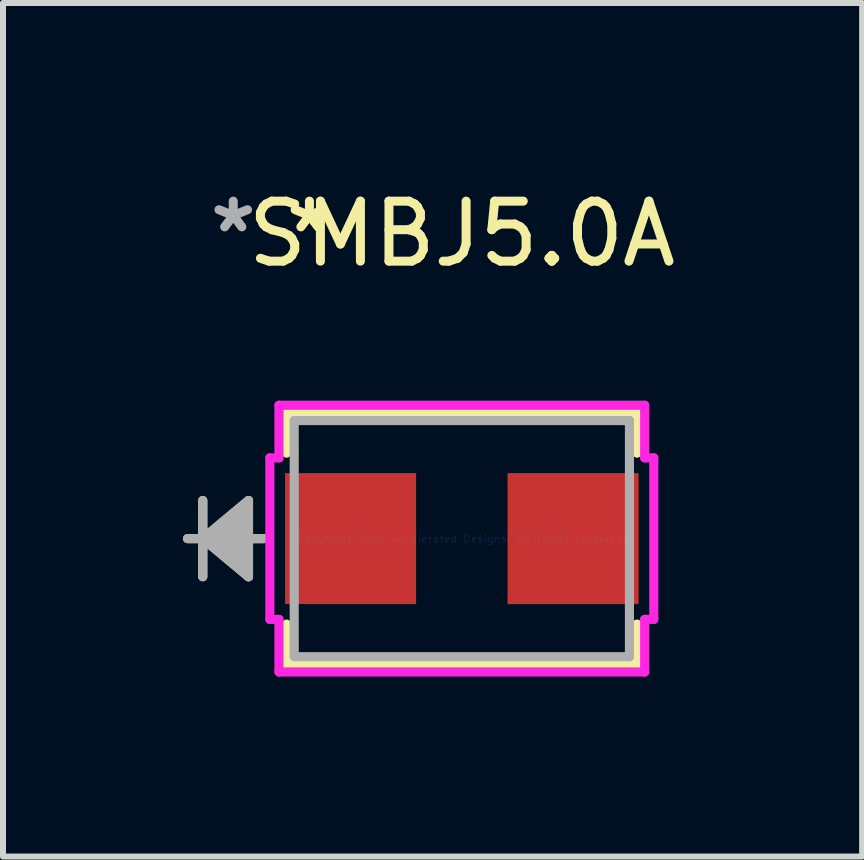
<source format=kicad_pcb>
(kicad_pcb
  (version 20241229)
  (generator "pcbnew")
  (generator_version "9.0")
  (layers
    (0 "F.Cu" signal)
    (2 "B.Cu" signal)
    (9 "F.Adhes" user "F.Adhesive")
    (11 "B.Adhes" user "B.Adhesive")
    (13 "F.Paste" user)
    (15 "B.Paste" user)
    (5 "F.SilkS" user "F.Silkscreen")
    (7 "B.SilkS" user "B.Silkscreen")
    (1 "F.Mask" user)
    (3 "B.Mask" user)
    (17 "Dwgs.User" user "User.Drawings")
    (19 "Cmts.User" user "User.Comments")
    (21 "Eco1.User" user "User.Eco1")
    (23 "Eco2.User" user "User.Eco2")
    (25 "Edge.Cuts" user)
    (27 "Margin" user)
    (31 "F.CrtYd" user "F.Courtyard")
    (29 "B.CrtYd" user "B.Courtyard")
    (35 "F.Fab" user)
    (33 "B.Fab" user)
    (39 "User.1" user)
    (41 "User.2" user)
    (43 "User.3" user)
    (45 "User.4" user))
  (footprint "SMBJ5.0A"
    (layer "F.Cu")
    (at 4.648 5.928)
    (property "Reference" "SMBJ5.0A" (at 0 -5.08 0) (layer "F.SilkS") (effects (font (size 1 1) (thickness 0.15))))
    (attr through_hole)
    (fp_line (start -4.318 -0.635) (end -4.318 0.635) (stroke (width 0.152) (type solid)) (layer "F.SilkS"))
    (fp_line (start -4.318 0) (end -3.556 -0.635) (stroke (width 0.152) (type solid)) (layer "F.SilkS"))
    (fp_line (start -4.318 0) (end -3.556 -0.508) (stroke (width 0.152) (type solid)) (layer "F.SilkS"))
    (fp_line (start -4.318 0) (end -3.556 -0.381) (stroke (width 0.152) (type solid)) (layer "F.SilkS"))
    (fp_line (start -4.318 0) (end -3.556 -0.254) (stroke (width 0.152) (type solid)) (layer "F.SilkS"))
    (fp_line (start -4.318 0) (end -3.556 -0.127) (stroke (width 0.152) (type solid)) (layer "F.SilkS"))
    (fp_line (start -4.318 0) (end -3.556 0.127) (stroke (width 0.152) (type solid)) (layer "F.SilkS"))
    (fp_line (start -4.318 0) (end -3.556 0.254) (stroke (width 0.152) (type solid)) (layer "F.SilkS"))
    (fp_line (start -4.318 0) (end -3.556 0.381) (stroke (width 0.152) (type solid)) (layer "F.SilkS"))
    (fp_line (start -4.318 0) (end -3.556 0.508) (stroke (width 0.152) (type solid)) (layer "F.SilkS"))
    (fp_line (start -4.318 0) (end -3.556 0.635) (stroke (width 0.152) (type solid)) (layer "F.SilkS"))
    (fp_line (start -3.556 -0.635) (end -3.556 0.635) (stroke (width 0.152) (type solid)) (layer "F.SilkS"))
    (fp_line (start -3.302 0) (end -4.572 0) (stroke (width 0.152) (type solid)) (layer "F.SilkS"))
    (fp_line (start -2.921 -2.095) (end -2.921 -1.425) (stroke (width 0.152) (type solid)) (layer "F.SilkS"))
    (fp_line (start -2.921 1.425) (end -2.921 2.095) (stroke (width 0.152) (type solid)) (layer "F.SilkS"))
    (fp_line (start -2.921 2.095) (end 2.921 2.095) (stroke (width 0.152) (type solid)) (layer "F.SilkS"))
    (fp_line (start 2.921 -2.095) (end -2.921 -2.095) (stroke (width 0.152) (type solid)) (layer "F.SilkS"))
    (fp_line (start 2.921 -1.425) (end 2.921 -2.095) (stroke (width 0.152) (type solid)) (layer "F.SilkS"))
    (fp_line (start 2.921 2.095) (end 2.921 1.425) (stroke (width 0.152) (type solid)) (layer "F.SilkS"))
    (fp_line (start -3.2 -1.346) (end -3.048 -1.346) (stroke (width 0.152) (type solid)) (layer "F.CrtYd"))
    (fp_line (start -3.2 1.346) (end -3.2 -1.346) (stroke (width 0.152) (type solid)) (layer "F.CrtYd"))
    (fp_line (start -3.048 -2.223) (end 3.048 -2.223) (stroke (width 0.152) (type solid)) (layer "F.CrtYd"))
    (fp_line (start -3.048 -1.346) (end -3.048 -2.223) (stroke (width 0.152) (type solid)) (layer "F.CrtYd"))
    (fp_line (start -3.048 1.346) (end -3.2 1.346) (stroke (width 0.152) (type solid)) (layer "F.CrtYd"))
    (fp_line (start -3.048 2.223) (end -3.048 1.346) (stroke (width 0.152) (type solid)) (layer "F.CrtYd"))
    (fp_line (start 3.048 -2.223) (end 3.048 -1.346) (stroke (width 0.152) (type solid)) (layer "F.CrtYd"))
    (fp_line (start 3.048 -1.346) (end 3.2 -1.346) (stroke (width 0.152) (type solid)) (layer "F.CrtYd"))
    (fp_line (start 3.048 1.346) (end 3.048 2.223) (stroke (width 0.152) (type solid)) (layer "F.CrtYd"))
    (fp_line (start 3.048 2.223) (end -3.048 2.223) (stroke (width 0.152) (type solid)) (layer "F.CrtYd"))
    (fp_line (start 3.2 -1.346) (end 3.2 1.346) (stroke (width 0.152) (type solid)) (layer "F.CrtYd"))
    (fp_line (start 3.2 1.346) (end 3.048 1.346) (stroke (width 0.152) (type solid)) (layer "F.CrtYd"))
    (fp_line (start -4.318 -0.635) (end -4.318 0.635) (stroke (width 0.152) (type solid)) (layer "F.Fab"))
    (fp_line (start -4.318 0) (end -3.556 -0.635) (stroke (width 0.152) (type solid)) (layer "F.Fab"))
    (fp_line (start -4.318 0) (end -3.556 -0.508) (stroke (width 0.152) (type solid)) (layer "F.Fab"))
    (fp_line (start -4.318 0) (end -3.556 -0.381) (stroke (width 0.152) (type solid)) (layer "F.Fab"))
    (fp_line (start -4.318 0) (end -3.556 -0.254) (stroke (width 0.152) (type solid)) (layer "F.Fab"))
    (fp_line (start -4.318 0) (end -3.556 -0.127) (stroke (width 0.152) (type solid)) (layer "F.Fab"))
    (fp_line (start -4.318 0) (end -3.556 0.127) (stroke (width 0.152) (type solid)) (layer "F.Fab"))
    (fp_line (start -4.318 0) (end -3.556 0.254) (stroke (width 0.152) (type solid)) (layer "F.Fab"))
    (fp_line (start -4.318 0) (end -3.556 0.381) (stroke (width 0.152) (type solid)) (layer "F.Fab"))
    (fp_line (start -4.318 0) (end -3.556 0.508) (stroke (width 0.152) (type solid)) (layer "F.Fab"))
    (fp_line (start -4.318 0) (end -3.556 0.635) (stroke (width 0.152) (type solid)) (layer "F.Fab"))
    (fp_line (start -3.556 -0.635) (end -3.556 0.635) (stroke (width 0.152) (type solid)) (layer "F.Fab"))
    (fp_line (start -3.302 0) (end -4.572 0) (stroke (width 0.152) (type solid)) (layer "F.Fab"))
    (fp_line (start -2.794 -1.968) (end -2.794 1.968) (stroke (width 0.152) (type solid)) (layer "F.Fab"))
    (fp_line (start -2.794 1.968) (end 2.794 1.968) (stroke (width 0.152) (type solid)) (layer "F.Fab"))
    (fp_line (start 2.794 -1.968) (end -2.794 -1.968) (stroke (width 0.152) (type solid)) (layer "F.Fab"))
    (fp_line (start 2.794 1.968) (end 2.794 -1.968) (stroke (width 0.152) (type solid)) (layer "F.Fab"))
    (fp_text user "*" (at -2.54 -5.08 0) (layer "F.SilkS") (effects (font (size 1 1) (thickness 0.15))))
    (fp_text user "Copyright 2016 Accelerated Designs. All rights reserved." (at 0 0 0) (layer "Cmts.User") (effects (font (size 0.127 0.127) (thickness 0.002))))
    (fp_text user "*" (at -3.81 -5.08 0) (layer "F.Fab") (effects (font (size 1 1) (thickness 0.15))))
    (pad "1" smd rect (at -1.854 0 90) (size 2.184 2.184) (layers "F.Cu" "F.Mask" "F.Paste"))
    (pad "2" smd rect (at 1.854 0 90) (size 2.184 2.184) (layers "F.Cu" "F.Mask" "F.Paste")))
  (gr_rect
    (start -3 -3)
    (end 11.321 11.227)
    (stroke (width 0.1) (type default))
    (fill no)
    (layer "Edge.Cuts")))
</source>
